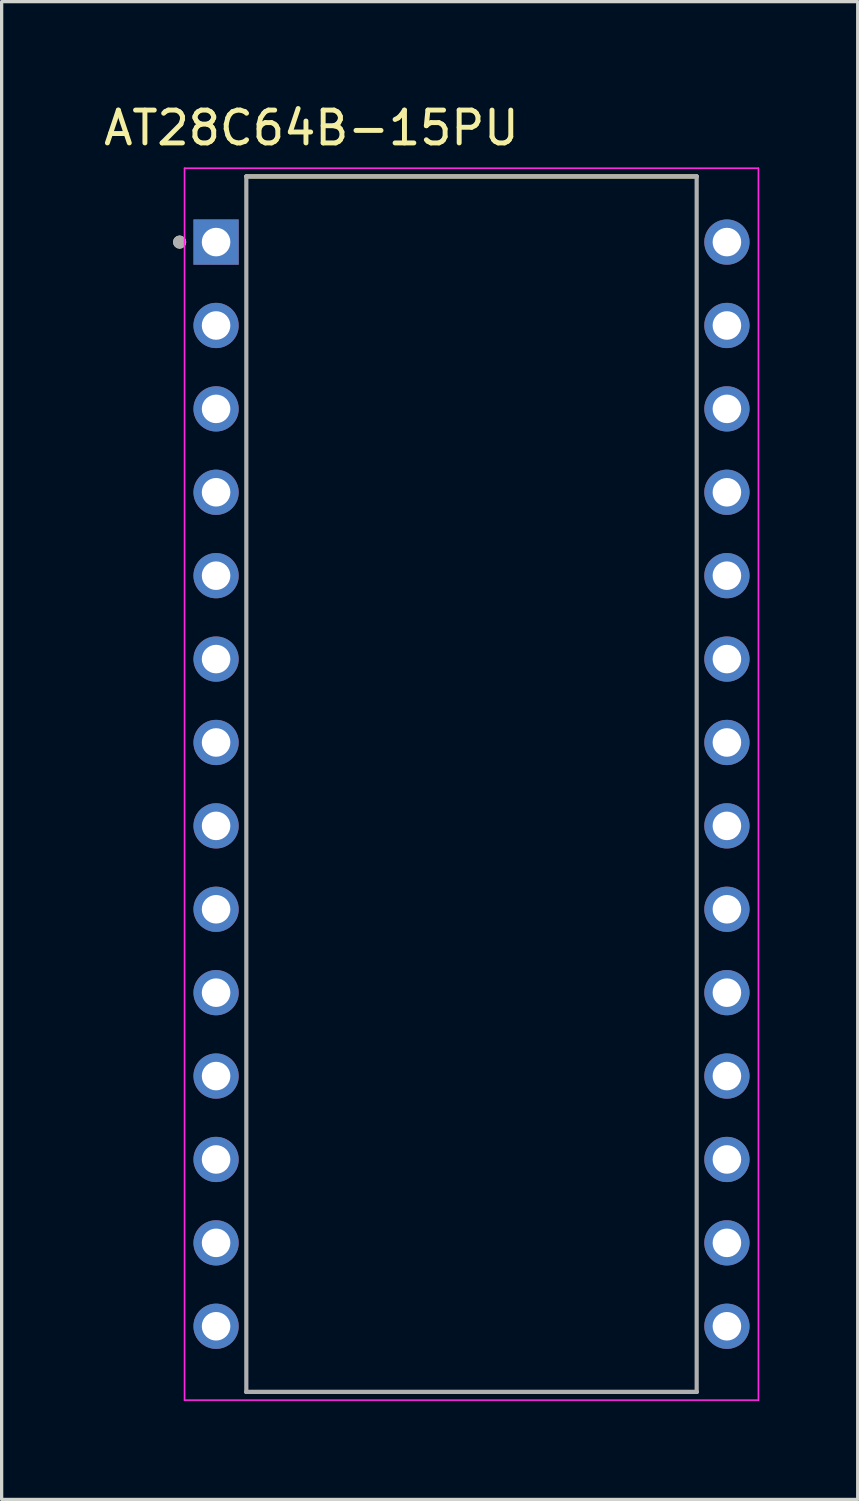
<source format=kicad_pcb>
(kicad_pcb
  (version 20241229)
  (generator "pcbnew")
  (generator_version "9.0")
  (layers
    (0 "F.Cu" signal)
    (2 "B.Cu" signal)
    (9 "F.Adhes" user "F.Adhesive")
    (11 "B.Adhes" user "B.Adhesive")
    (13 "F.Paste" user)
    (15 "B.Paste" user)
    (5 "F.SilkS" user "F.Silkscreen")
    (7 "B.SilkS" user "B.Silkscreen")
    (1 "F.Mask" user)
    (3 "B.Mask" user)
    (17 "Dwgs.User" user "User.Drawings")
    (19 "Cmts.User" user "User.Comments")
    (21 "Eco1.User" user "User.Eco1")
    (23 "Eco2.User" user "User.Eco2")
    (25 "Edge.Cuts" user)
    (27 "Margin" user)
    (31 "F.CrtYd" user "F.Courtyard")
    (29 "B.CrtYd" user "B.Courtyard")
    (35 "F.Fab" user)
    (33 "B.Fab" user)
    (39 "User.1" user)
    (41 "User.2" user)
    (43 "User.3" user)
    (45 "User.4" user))
  (footprint "AT28C64B-15PU"
    (layer "F.Cu")
    (at 11.31 20.833)
    (property "Reference" "AT28C64B-15PU" (at -4.875 -19.985 0) (layer "F.SilkS") (effects (font (size 1 1) (thickness 0.15))))
    (attr through_hole)
    (fp_line (start -6.858 -18.51) (end 6.858 -18.51) (stroke (width 0.127) (type solid)) (layer "F.SilkS"))
    (fp_line (start -6.858 18.51) (end 6.858 18.51) (stroke (width 0.127) (type solid)) (layer "F.SilkS"))
    (fp_circle (center -8.889 -16.51) (end -8.789 -16.51) (stroke (width 0.2) (type solid)) (fill no) (layer "F.SilkS"))
    (fp_line (start -8.739 -18.76) (end -8.739 18.76) (stroke (width 0.05) (type solid)) (layer "F.CrtYd"))
    (fp_line (start 8.739 -18.76) (end -8.739 -18.76) (stroke (width 0.05) (type solid)) (layer "F.CrtYd"))
    (fp_line (start 8.739 -18.76) (end 8.739 18.76) (stroke (width 0.05) (type solid)) (layer "F.CrtYd"))
    (fp_line (start 8.739 18.76) (end -8.739 18.76) (stroke (width 0.05) (type solid)) (layer "F.CrtYd"))
    (fp_line (start -6.858 -18.51) (end -6.858 18.51) (stroke (width 0.127) (type solid)) (layer "F.Fab"))
    (fp_line (start -6.858 -18.51) (end 6.858 -18.51) (stroke (width 0.127) (type solid)) (layer "F.Fab"))
    (fp_line (start -6.858 18.51) (end 6.858 18.51) (stroke (width 0.127) (type solid)) (layer "F.Fab"))
    (fp_line (start 6.858 -18.51) (end 6.858 18.51) (stroke (width 0.127) (type solid)) (layer "F.Fab"))
    (fp_circle (center -8.889 -16.51) (end -8.789 -16.51) (stroke (width 0.2) (type solid)) (fill no) (layer "F.Fab"))
    (pad "1" thru_hole rect (at -7.779 -16.51) (size 1.378 1.378) (drill 0.87) (layers "*.Cu" "*.Mask"))
    (pad "2" thru_hole circle (at -7.779 -13.97) (size 1.378 1.378) (drill 0.87) (layers "*.Cu" "*.Mask"))
    (pad "3" thru_hole circle (at -7.779 -11.43) (size 1.378 1.378) (drill 0.87) (layers "*.Cu" "*.Mask"))
    (pad "4" thru_hole circle (at -7.779 -8.89) (size 1.378 1.378) (drill 0.87) (layers "*.Cu" "*.Mask"))
    (pad "5" thru_hole circle (at -7.779 -6.35) (size 1.378 1.378) (drill 0.87) (layers "*.Cu" "*.Mask"))
    (pad "6" thru_hole circle (at -7.779 -3.81) (size 1.378 1.378) (drill 0.87) (layers "*.Cu" "*.Mask"))
    (pad "7" thru_hole circle (at -7.779 -1.27) (size 1.378 1.378) (drill 0.87) (layers "*.Cu" "*.Mask"))
    (pad "8" thru_hole circle (at -7.779 1.27) (size 1.378 1.378) (drill 0.87) (layers "*.Cu" "*.Mask"))
    (pad "9" thru_hole circle (at -7.779 3.81) (size 1.378 1.378) (drill 0.87) (layers "*.Cu" "*.Mask"))
    (pad "10" thru_hole circle (at -7.779 6.35) (size 1.378 1.378) (drill 0.87) (layers "*.Cu" "*.Mask"))
    (pad "11" thru_hole circle (at -7.779 8.89) (size 1.378 1.378) (drill 0.87) (layers "*.Cu" "*.Mask"))
    (pad "12" thru_hole circle (at -7.779 11.43) (size 1.378 1.378) (drill 0.87) (layers "*.Cu" "*.Mask"))
    (pad "13" thru_hole circle (at -7.779 13.97) (size 1.378 1.378) (drill 0.87) (layers "*.Cu" "*.Mask"))
    (pad "14" thru_hole circle (at -7.779 16.51) (size 1.378 1.378) (drill 0.87) (layers "*.Cu" "*.Mask"))
    (pad "15" thru_hole circle (at 7.779 16.51) (size 1.378 1.378) (drill 0.87) (layers "*.Cu" "*.Mask"))
    (pad "16" thru_hole circle (at 7.779 13.97) (size 1.378 1.378) (drill 0.87) (layers "*.Cu" "*.Mask"))
    (pad "17" thru_hole circle (at 7.779 11.43) (size 1.378 1.378) (drill 0.87) (layers "*.Cu" "*.Mask"))
    (pad "18" thru_hole circle (at 7.779 8.89) (size 1.378 1.378) (drill 0.87) (layers "*.Cu" "*.Mask"))
    (pad "19" thru_hole circle (at 7.779 6.35) (size 1.378 1.378) (drill 0.87) (layers "*.Cu" "*.Mask"))
    (pad "20" thru_hole circle (at 7.779 3.81) (size 1.378 1.378) (drill 0.87) (layers "*.Cu" "*.Mask"))
    (pad "21" thru_hole circle (at 7.779 1.27) (size 1.378 1.378) (drill 0.87) (layers "*.Cu" "*.Mask"))
    (pad "22" thru_hole circle (at 7.779 -1.27) (size 1.378 1.378) (drill 0.87) (layers "*.Cu" "*.Mask"))
    (pad "23" thru_hole circle (at 7.779 -3.81) (size 1.378 1.378) (drill 0.87) (layers "*.Cu" "*.Mask"))
    (pad "24" thru_hole circle (at 7.779 -6.35) (size 1.378 1.378) (drill 0.87) (layers "*.Cu" "*.Mask"))
    (pad "25" thru_hole circle (at 7.779 -8.89) (size 1.378 1.378) (drill 0.87) (layers "*.Cu" "*.Mask"))
    (pad "26" thru_hole circle (at 7.779 -11.43) (size 1.378 1.378) (drill 0.87) (layers "*.Cu" "*.Mask"))
    (pad "27" thru_hole circle (at 7.779 -13.97) (size 1.378 1.378) (drill 0.87) (layers "*.Cu" "*.Mask"))
    (pad "28" thru_hole circle (at 7.779 -16.51) (size 1.378 1.378) (drill 0.87) (layers "*.Cu" "*.Mask")))
  (gr_rect
    (start -3 -3)
    (end 23.073 42.618)
    (stroke (width 0.1) (type default))
    (fill no)
    (layer "Edge.Cuts")))
</source>
